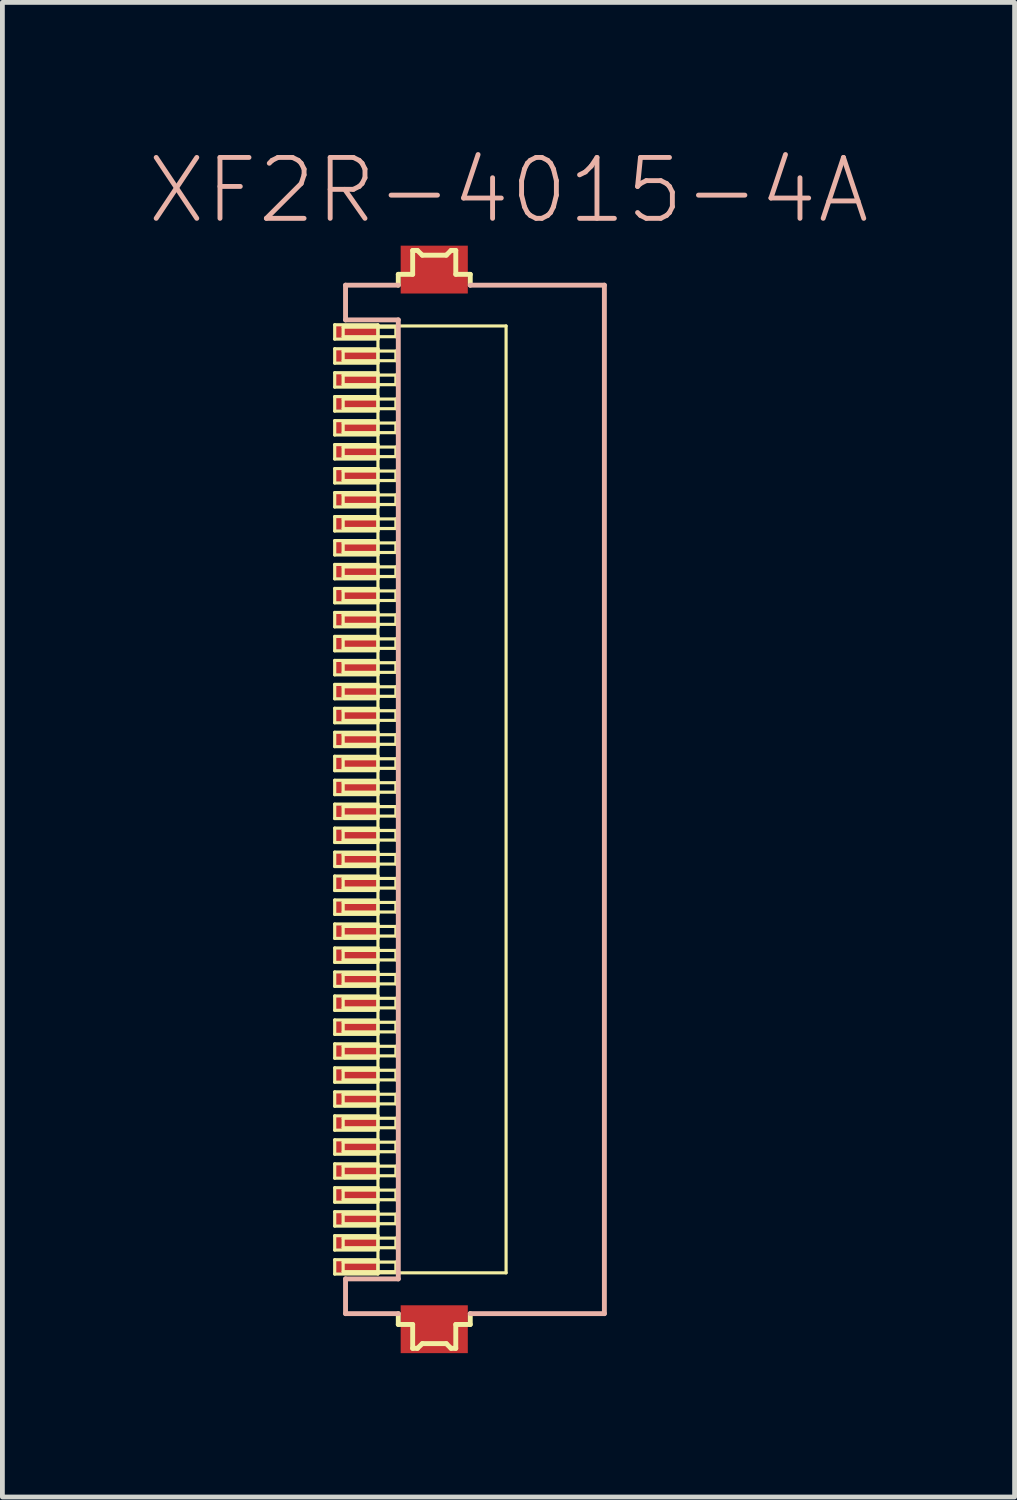
<source format=kicad_pcb>
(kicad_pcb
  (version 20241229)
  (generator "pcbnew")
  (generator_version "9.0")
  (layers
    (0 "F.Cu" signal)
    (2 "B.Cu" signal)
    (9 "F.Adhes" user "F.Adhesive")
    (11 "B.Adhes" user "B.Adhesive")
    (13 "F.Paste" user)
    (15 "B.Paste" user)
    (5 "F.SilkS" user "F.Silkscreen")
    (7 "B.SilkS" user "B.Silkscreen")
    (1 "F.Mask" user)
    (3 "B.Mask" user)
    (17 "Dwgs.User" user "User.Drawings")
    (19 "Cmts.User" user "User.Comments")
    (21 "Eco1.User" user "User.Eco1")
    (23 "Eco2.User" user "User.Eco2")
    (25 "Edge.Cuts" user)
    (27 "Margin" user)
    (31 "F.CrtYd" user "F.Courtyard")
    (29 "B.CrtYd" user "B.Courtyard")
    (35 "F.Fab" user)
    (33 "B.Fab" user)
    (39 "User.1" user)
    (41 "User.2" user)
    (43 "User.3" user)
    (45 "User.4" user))
  (footprint "XF2R-4015-4A"
    (layer "F.Cu")
    (at 6.92 13.621)
    (property "Reference" "XF2R-4015-4A" (at 0.635 -12.7 0) (layer "B.SilkS") (effects (font (size 1.27 1.27) (thickness 0.102))))
    (attr smd)
    (fp_line (start -2.99 -9.898) (end -2.088 -9.898) (stroke (width 0.066) (type solid)) (layer "F.SilkS"))
    (fp_line (start -2.99 -9.599) (end -2.99 -9.898) (stroke (width 0.066) (type solid)) (layer "F.SilkS"))
    (fp_line (start -2.99 -9.599) (end -2.088 -9.599) (stroke (width 0.066) (type solid)) (layer "F.SilkS"))
    (fp_line (start -2.99 -9.398) (end -2.088 -9.398) (stroke (width 0.066) (type solid)) (layer "F.SilkS"))
    (fp_line (start -2.99 -9.098) (end -2.99 -9.398) (stroke (width 0.066) (type solid)) (layer "F.SilkS"))
    (fp_line (start -2.99 -9.098) (end -2.088 -9.098) (stroke (width 0.066) (type solid)) (layer "F.SilkS"))
    (fp_line (start -2.99 -8.898) (end -2.088 -8.898) (stroke (width 0.066) (type solid)) (layer "F.SilkS"))
    (fp_line (start -2.99 -8.598) (end -2.99 -8.898) (stroke (width 0.066) (type solid)) (layer "F.SilkS"))
    (fp_line (start -2.99 -8.598) (end -2.088 -8.598) (stroke (width 0.066) (type solid)) (layer "F.SilkS"))
    (fp_line (start -2.99 -8.4) (end -2.088 -8.4) (stroke (width 0.066) (type solid)) (layer "F.SilkS"))
    (fp_line (start -2.99 -8.098) (end -2.99 -8.4) (stroke (width 0.066) (type solid)) (layer "F.SilkS"))
    (fp_line (start -2.99 -8.098) (end -2.088 -8.098) (stroke (width 0.066) (type solid)) (layer "F.SilkS"))
    (fp_line (start -2.99 -7.899) (end -2.088 -7.899) (stroke (width 0.066) (type solid)) (layer "F.SilkS"))
    (fp_line (start -2.99 -7.6) (end -2.99 -7.899) (stroke (width 0.066) (type solid)) (layer "F.SilkS"))
    (fp_line (start -2.99 -7.6) (end -2.088 -7.6) (stroke (width 0.066) (type solid)) (layer "F.SilkS"))
    (fp_line (start -2.99 -7.399) (end -2.088 -7.399) (stroke (width 0.066) (type solid)) (layer "F.SilkS"))
    (fp_line (start -2.99 -7.099) (end -2.99 -7.399) (stroke (width 0.066) (type solid)) (layer "F.SilkS"))
    (fp_line (start -2.99 -7.099) (end -2.088 -7.099) (stroke (width 0.066) (type solid)) (layer "F.SilkS"))
    (fp_line (start -2.99 -6.899) (end -2.088 -6.899) (stroke (width 0.066) (type solid)) (layer "F.SilkS"))
    (fp_line (start -2.99 -6.599) (end -2.99 -6.899) (stroke (width 0.066) (type solid)) (layer "F.SilkS"))
    (fp_line (start -2.99 -6.599) (end -2.088 -6.599) (stroke (width 0.066) (type solid)) (layer "F.SilkS"))
    (fp_line (start -2.99 -6.398) (end -2.088 -6.398) (stroke (width 0.066) (type solid)) (layer "F.SilkS"))
    (fp_line (start -2.99 -6.099) (end -2.99 -6.398) (stroke (width 0.066) (type solid)) (layer "F.SilkS"))
    (fp_line (start -2.99 -6.099) (end -2.088 -6.099) (stroke (width 0.066) (type solid)) (layer "F.SilkS"))
    (fp_line (start -2.99 -5.898) (end -2.088 -5.898) (stroke (width 0.066) (type solid)) (layer "F.SilkS"))
    (fp_line (start -2.99 -5.598) (end -2.99 -5.898) (stroke (width 0.066) (type solid)) (layer "F.SilkS"))
    (fp_line (start -2.99 -5.598) (end -2.088 -5.598) (stroke (width 0.066) (type solid)) (layer "F.SilkS"))
    (fp_line (start -2.99 -5.397) (end -2.088 -5.397) (stroke (width 0.066) (type solid)) (layer "F.SilkS"))
    (fp_line (start -2.99 -5.098) (end -2.99 -5.397) (stroke (width 0.066) (type solid)) (layer "F.SilkS"))
    (fp_line (start -2.99 -5.098) (end -2.088 -5.098) (stroke (width 0.066) (type solid)) (layer "F.SilkS"))
    (fp_line (start -2.99 -4.9) (end -2.088 -4.9) (stroke (width 0.066) (type solid)) (layer "F.SilkS"))
    (fp_line (start -2.99 -4.6) (end -2.99 -4.9) (stroke (width 0.066) (type solid)) (layer "F.SilkS"))
    (fp_line (start -2.99 -4.6) (end -2.088 -4.6) (stroke (width 0.066) (type solid)) (layer "F.SilkS"))
    (fp_line (start -2.99 -4.399) (end -2.088 -4.399) (stroke (width 0.066) (type solid)) (layer "F.SilkS"))
    (fp_line (start -2.99 -4.1) (end -2.99 -4.399) (stroke (width 0.066) (type solid)) (layer "F.SilkS"))
    (fp_line (start -2.99 -4.1) (end -2.088 -4.1) (stroke (width 0.066) (type solid)) (layer "F.SilkS"))
    (fp_line (start -2.99 -3.899) (end -2.088 -3.899) (stroke (width 0.066) (type solid)) (layer "F.SilkS"))
    (fp_line (start -2.99 -3.599) (end -2.99 -3.899) (stroke (width 0.066) (type solid)) (layer "F.SilkS"))
    (fp_line (start -2.99 -3.599) (end -2.088 -3.599) (stroke (width 0.066) (type solid)) (layer "F.SilkS"))
    (fp_line (start -2.99 -3.399) (end -2.088 -3.399) (stroke (width 0.066) (type solid)) (layer "F.SilkS"))
    (fp_line (start -2.99 -3.099) (end -2.99 -3.399) (stroke (width 0.066) (type solid)) (layer "F.SilkS"))
    (fp_line (start -2.99 -3.099) (end -2.088 -3.099) (stroke (width 0.066) (type solid)) (layer "F.SilkS"))
    (fp_line (start -2.99 -2.898) (end -2.088 -2.898) (stroke (width 0.066) (type solid)) (layer "F.SilkS"))
    (fp_line (start -2.99 -2.598) (end -2.99 -2.898) (stroke (width 0.066) (type solid)) (layer "F.SilkS"))
    (fp_line (start -2.99 -2.598) (end -2.088 -2.598) (stroke (width 0.066) (type solid)) (layer "F.SilkS"))
    (fp_line (start -2.99 -2.398) (end -2.088 -2.398) (stroke (width 0.066) (type solid)) (layer "F.SilkS"))
    (fp_line (start -2.99 -2.098) (end -2.99 -2.398) (stroke (width 0.066) (type solid)) (layer "F.SilkS"))
    (fp_line (start -2.99 -2.098) (end -2.088 -2.098) (stroke (width 0.066) (type solid)) (layer "F.SilkS"))
    (fp_line (start -2.99 -1.9) (end -2.088 -1.9) (stroke (width 0.066) (type solid)) (layer "F.SilkS"))
    (fp_line (start -2.99 -1.598) (end -2.99 -1.9) (stroke (width 0.066) (type solid)) (layer "F.SilkS"))
    (fp_line (start -2.99 -1.598) (end -2.088 -1.598) (stroke (width 0.066) (type solid)) (layer "F.SilkS"))
    (fp_line (start -2.99 -1.4) (end -2.088 -1.4) (stroke (width 0.066) (type solid)) (layer "F.SilkS"))
    (fp_line (start -2.99 -1.1) (end -2.99 -1.4) (stroke (width 0.066) (type solid)) (layer "F.SilkS"))
    (fp_line (start -2.99 -1.1) (end -2.088 -1.1) (stroke (width 0.066) (type solid)) (layer "F.SilkS"))
    (fp_line (start -2.99 -0.899) (end -2.088 -0.899) (stroke (width 0.066) (type solid)) (layer "F.SilkS"))
    (fp_line (start -2.99 -0.599) (end -2.99 -0.899) (stroke (width 0.066) (type solid)) (layer "F.SilkS"))
    (fp_line (start -2.99 -0.599) (end -2.088 -0.599) (stroke (width 0.066) (type solid)) (layer "F.SilkS"))
    (fp_line (start -2.99 -0.399) (end -2.088 -0.399) (stroke (width 0.066) (type solid)) (layer "F.SilkS"))
    (fp_line (start -2.99 -0.099) (end -2.99 -0.399) (stroke (width 0.066) (type solid)) (layer "F.SilkS"))
    (fp_line (start -2.99 -0.099) (end -2.088 -0.099) (stroke (width 0.066) (type solid)) (layer "F.SilkS"))
    (fp_line (start -2.99 0.099) (end -2.088 0.099) (stroke (width 0.066) (type solid)) (layer "F.SilkS"))
    (fp_line (start -2.99 0.399) (end -2.99 0.099) (stroke (width 0.066) (type solid)) (layer "F.SilkS"))
    (fp_line (start -2.99 0.399) (end -2.088 0.399) (stroke (width 0.066) (type solid)) (layer "F.SilkS"))
    (fp_line (start -2.99 0.599) (end -2.088 0.599) (stroke (width 0.066) (type solid)) (layer "F.SilkS"))
    (fp_line (start -2.99 0.899) (end -2.99 0.599) (stroke (width 0.066) (type solid)) (layer "F.SilkS"))
    (fp_line (start -2.99 0.899) (end -2.088 0.899) (stroke (width 0.066) (type solid)) (layer "F.SilkS"))
    (fp_line (start -2.99 1.1) (end -2.088 1.1) (stroke (width 0.066) (type solid)) (layer "F.SilkS"))
    (fp_line (start -2.99 1.4) (end -2.99 1.1) (stroke (width 0.066) (type solid)) (layer "F.SilkS"))
    (fp_line (start -2.99 1.4) (end -2.088 1.4) (stroke (width 0.066) (type solid)) (layer "F.SilkS"))
    (fp_line (start -2.99 1.598) (end -2.088 1.598) (stroke (width 0.066) (type solid)) (layer "F.SilkS"))
    (fp_line (start -2.99 1.9) (end -2.99 1.598) (stroke (width 0.066) (type solid)) (layer "F.SilkS"))
    (fp_line (start -2.99 1.9) (end -2.088 1.9) (stroke (width 0.066) (type solid)) (layer "F.SilkS"))
    (fp_line (start -2.99 2.098) (end -2.088 2.098) (stroke (width 0.066) (type solid)) (layer "F.SilkS"))
    (fp_line (start -2.99 2.398) (end -2.99 2.098) (stroke (width 0.066) (type solid)) (layer "F.SilkS"))
    (fp_line (start -2.99 2.398) (end -2.088 2.398) (stroke (width 0.066) (type solid)) (layer "F.SilkS"))
    (fp_line (start -2.99 2.598) (end -2.088 2.598) (stroke (width 0.066) (type solid)) (layer "F.SilkS"))
    (fp_line (start -2.99 2.898) (end -2.99 2.598) (stroke (width 0.066) (type solid)) (layer "F.SilkS"))
    (fp_line (start -2.99 2.898) (end -2.088 2.898) (stroke (width 0.066) (type solid)) (layer "F.SilkS"))
    (fp_line (start -2.99 3.099) (end -2.088 3.099) (stroke (width 0.066) (type solid)) (layer "F.SilkS"))
    (fp_line (start -2.99 3.399) (end -2.99 3.099) (stroke (width 0.066) (type solid)) (layer "F.SilkS"))
    (fp_line (start -2.99 3.399) (end -2.088 3.399) (stroke (width 0.066) (type solid)) (layer "F.SilkS"))
    (fp_line (start -2.99 3.599) (end -2.088 3.599) (stroke (width 0.066) (type solid)) (layer "F.SilkS"))
    (fp_line (start -2.99 3.899) (end -2.99 3.599) (stroke (width 0.066) (type solid)) (layer "F.SilkS"))
    (fp_line (start -2.99 3.899) (end -2.088 3.899) (stroke (width 0.066) (type solid)) (layer "F.SilkS"))
    (fp_line (start -2.99 4.1) (end -2.088 4.1) (stroke (width 0.066) (type solid)) (layer "F.SilkS"))
    (fp_line (start -2.99 4.399) (end -2.99 4.1) (stroke (width 0.066) (type solid)) (layer "F.SilkS"))
    (fp_line (start -2.99 4.399) (end -2.088 4.399) (stroke (width 0.066) (type solid)) (layer "F.SilkS"))
    (fp_line (start -2.99 4.6) (end -2.088 4.6) (stroke (width 0.066) (type solid)) (layer "F.SilkS"))
    (fp_line (start -2.99 4.9) (end -2.99 4.6) (stroke (width 0.066) (type solid)) (layer "F.SilkS"))
    (fp_line (start -2.99 4.9) (end -2.088 4.9) (stroke (width 0.066) (type solid)) (layer "F.SilkS"))
    (fp_line (start -2.99 5.098) (end -2.088 5.098) (stroke (width 0.066) (type solid)) (layer "F.SilkS"))
    (fp_line (start -2.99 5.397) (end -2.99 5.098) (stroke (width 0.066) (type solid)) (layer "F.SilkS"))
    (fp_line (start -2.99 5.397) (end -2.088 5.397) (stroke (width 0.066) (type solid)) (layer "F.SilkS"))
    (fp_line (start -2.99 5.598) (end -2.088 5.598) (stroke (width 0.066) (type solid)) (layer "F.SilkS"))
    (fp_line (start -2.99 5.898) (end -2.99 5.598) (stroke (width 0.066) (type solid)) (layer "F.SilkS"))
    (fp_line (start -2.99 5.898) (end -2.088 5.898) (stroke (width 0.066) (type solid)) (layer "F.SilkS"))
    (fp_line (start -2.99 6.099) (end -2.088 6.099) (stroke (width 0.066) (type solid)) (layer "F.SilkS"))
    (fp_line (start -2.99 6.398) (end -2.99 6.099) (stroke (width 0.066) (type solid)) (layer "F.SilkS"))
    (fp_line (start -2.99 6.398) (end -2.088 6.398) (stroke (width 0.066) (type solid)) (layer "F.SilkS"))
    (fp_line (start -2.99 6.599) (end -2.088 6.599) (stroke (width 0.066) (type solid)) (layer "F.SilkS"))
    (fp_line (start -2.99 6.899) (end -2.99 6.599) (stroke (width 0.066) (type solid)) (layer "F.SilkS"))
    (fp_line (start -2.99 6.899) (end -2.088 6.899) (stroke (width 0.066) (type solid)) (layer "F.SilkS"))
    (fp_line (start -2.99 7.099) (end -2.088 7.099) (stroke (width 0.066) (type solid)) (layer "F.SilkS"))
    (fp_line (start -2.99 7.399) (end -2.99 7.099) (stroke (width 0.066) (type solid)) (layer "F.SilkS"))
    (fp_line (start -2.99 7.399) (end -2.088 7.399) (stroke (width 0.066) (type solid)) (layer "F.SilkS"))
    (fp_line (start -2.99 7.6) (end -2.088 7.6) (stroke (width 0.066) (type solid)) (layer "F.SilkS"))
    (fp_line (start -2.99 7.899) (end -2.99 7.6) (stroke (width 0.066) (type solid)) (layer "F.SilkS"))
    (fp_line (start -2.99 7.899) (end -2.088 7.899) (stroke (width 0.066) (type solid)) (layer "F.SilkS"))
    (fp_line (start -2.99 8.098) (end -2.088 8.098) (stroke (width 0.066) (type solid)) (layer "F.SilkS"))
    (fp_line (start -2.99 8.4) (end -2.99 8.098) (stroke (width 0.066) (type solid)) (layer "F.SilkS"))
    (fp_line (start -2.99 8.4) (end -2.088 8.4) (stroke (width 0.066) (type solid)) (layer "F.SilkS"))
    (fp_line (start -2.99 8.598) (end -2.088 8.598) (stroke (width 0.066) (type solid)) (layer "F.SilkS"))
    (fp_line (start -2.99 8.898) (end -2.99 8.598) (stroke (width 0.066) (type solid)) (layer "F.SilkS"))
    (fp_line (start -2.99 8.898) (end -2.088 8.898) (stroke (width 0.066) (type solid)) (layer "F.SilkS"))
    (fp_line (start -2.99 9.098) (end -2.088 9.098) (stroke (width 0.066) (type solid)) (layer "F.SilkS"))
    (fp_line (start -2.99 9.398) (end -2.99 9.098) (stroke (width 0.066) (type solid)) (layer "F.SilkS"))
    (fp_line (start -2.99 9.398) (end -2.088 9.398) (stroke (width 0.066) (type solid)) (layer "F.SilkS"))
    (fp_line (start -2.99 9.599) (end -2.088 9.599) (stroke (width 0.066) (type solid)) (layer "F.SilkS"))
    (fp_line (start -2.99 9.898) (end -2.99 9.599) (stroke (width 0.066) (type solid)) (layer "F.SilkS"))
    (fp_line (start -2.99 9.898) (end -2.088 9.898) (stroke (width 0.066) (type solid)) (layer "F.SilkS"))
    (fp_line (start -2.814 -9.848) (end -1.714 -9.848) (stroke (width 0.066) (type solid)) (layer "F.SilkS"))
    (fp_line (start -2.814 -9.649) (end -2.814 -9.848) (stroke (width 0.066) (type solid)) (layer "F.SilkS"))
    (fp_line (start -2.814 -9.649) (end -1.714 -9.649) (stroke (width 0.066) (type solid)) (layer "F.SilkS"))
    (fp_line (start -2.814 -9.35) (end -1.714 -9.35) (stroke (width 0.066) (type solid)) (layer "F.SilkS"))
    (fp_line (start -2.814 -9.149) (end -2.814 -9.35) (stroke (width 0.066) (type solid)) (layer "F.SilkS"))
    (fp_line (start -2.814 -9.149) (end -1.714 -9.149) (stroke (width 0.066) (type solid)) (layer "F.SilkS"))
    (fp_line (start -2.814 -8.849) (end -1.714 -8.849) (stroke (width 0.066) (type solid)) (layer "F.SilkS"))
    (fp_line (start -2.814 -8.649) (end -2.814 -8.849) (stroke (width 0.066) (type solid)) (layer "F.SilkS"))
    (fp_line (start -2.814 -8.649) (end -1.714 -8.649) (stroke (width 0.066) (type solid)) (layer "F.SilkS"))
    (fp_line (start -2.814 -8.349) (end -1.714 -8.349) (stroke (width 0.066) (type solid)) (layer "F.SilkS"))
    (fp_line (start -2.814 -8.148) (end -2.814 -8.349) (stroke (width 0.066) (type solid)) (layer "F.SilkS"))
    (fp_line (start -2.814 -8.148) (end -1.714 -8.148) (stroke (width 0.066) (type solid)) (layer "F.SilkS"))
    (fp_line (start -2.814 -7.849) (end -1.714 -7.849) (stroke (width 0.066) (type solid)) (layer "F.SilkS"))
    (fp_line (start -2.814 -7.648) (end -2.814 -7.849) (stroke (width 0.066) (type solid)) (layer "F.SilkS"))
    (fp_line (start -2.814 -7.648) (end -1.714 -7.648) (stroke (width 0.066) (type solid)) (layer "F.SilkS"))
    (fp_line (start -2.814 -7.348) (end -1.714 -7.348) (stroke (width 0.066) (type solid)) (layer "F.SilkS"))
    (fp_line (start -2.814 -7.148) (end -2.814 -7.348) (stroke (width 0.066) (type solid)) (layer "F.SilkS"))
    (fp_line (start -2.814 -7.148) (end -1.714 -7.148) (stroke (width 0.066) (type solid)) (layer "F.SilkS"))
    (fp_line (start -2.814 -6.848) (end -1.714 -6.848) (stroke (width 0.066) (type solid)) (layer "F.SilkS"))
    (fp_line (start -2.814 -6.65) (end -2.814 -6.848) (stroke (width 0.066) (type solid)) (layer "F.SilkS"))
    (fp_line (start -2.814 -6.65) (end -1.714 -6.65) (stroke (width 0.066) (type solid)) (layer "F.SilkS"))
    (fp_line (start -2.814 -6.35) (end -1.714 -6.35) (stroke (width 0.066) (type solid)) (layer "F.SilkS"))
    (fp_line (start -2.814 -6.149) (end -2.814 -6.35) (stroke (width 0.066) (type solid)) (layer "F.SilkS"))
    (fp_line (start -2.814 -6.149) (end -1.714 -6.149) (stroke (width 0.066) (type solid)) (layer "F.SilkS"))
    (fp_line (start -2.814 -5.85) (end -1.714 -5.85) (stroke (width 0.066) (type solid)) (layer "F.SilkS"))
    (fp_line (start -2.814 -5.649) (end -2.814 -5.85) (stroke (width 0.066) (type solid)) (layer "F.SilkS"))
    (fp_line (start -2.814 -5.649) (end -1.714 -5.649) (stroke (width 0.066) (type solid)) (layer "F.SilkS"))
    (fp_line (start -2.814 -5.349) (end -1.714 -5.349) (stroke (width 0.066) (type solid)) (layer "F.SilkS"))
    (fp_line (start -2.814 -5.149) (end -2.814 -5.349) (stroke (width 0.066) (type solid)) (layer "F.SilkS"))
    (fp_line (start -2.814 -5.149) (end -1.714 -5.149) (stroke (width 0.066) (type solid)) (layer "F.SilkS"))
    (fp_line (start -2.814 -4.849) (end -1.714 -4.849) (stroke (width 0.066) (type solid)) (layer "F.SilkS"))
    (fp_line (start -2.814 -4.648) (end -2.814 -4.849) (stroke (width 0.066) (type solid)) (layer "F.SilkS"))
    (fp_line (start -2.814 -4.648) (end -1.714 -4.648) (stroke (width 0.066) (type solid)) (layer "F.SilkS"))
    (fp_line (start -2.814 -4.348) (end -1.714 -4.348) (stroke (width 0.066) (type solid)) (layer "F.SilkS"))
    (fp_line (start -2.814 -4.148) (end -2.814 -4.348) (stroke (width 0.066) (type solid)) (layer "F.SilkS"))
    (fp_line (start -2.814 -4.148) (end -1.714 -4.148) (stroke (width 0.066) (type solid)) (layer "F.SilkS"))
    (fp_line (start -2.814 -3.848) (end -1.714 -3.848) (stroke (width 0.066) (type solid)) (layer "F.SilkS"))
    (fp_line (start -2.814 -3.65) (end -2.814 -3.848) (stroke (width 0.066) (type solid)) (layer "F.SilkS"))
    (fp_line (start -2.814 -3.65) (end -1.714 -3.65) (stroke (width 0.066) (type solid)) (layer "F.SilkS"))
    (fp_line (start -2.814 -3.348) (end -1.714 -3.348) (stroke (width 0.066) (type solid)) (layer "F.SilkS"))
    (fp_line (start -2.814 -3.15) (end -2.814 -3.348) (stroke (width 0.066) (type solid)) (layer "F.SilkS"))
    (fp_line (start -2.814 -3.15) (end -1.714 -3.15) (stroke (width 0.066) (type solid)) (layer "F.SilkS"))
    (fp_line (start -2.814 -2.85) (end -1.714 -2.85) (stroke (width 0.066) (type solid)) (layer "F.SilkS"))
    (fp_line (start -2.814 -2.649) (end -2.814 -2.85) (stroke (width 0.066) (type solid)) (layer "F.SilkS"))
    (fp_line (start -2.814 -2.649) (end -1.714 -2.649) (stroke (width 0.066) (type solid)) (layer "F.SilkS"))
    (fp_line (start -2.814 -2.349) (end -1.714 -2.349) (stroke (width 0.066) (type solid)) (layer "F.SilkS"))
    (fp_line (start -2.814 -2.149) (end -2.814 -2.349) (stroke (width 0.066) (type solid)) (layer "F.SilkS"))
    (fp_line (start -2.814 -2.149) (end -1.714 -2.149) (stroke (width 0.066) (type solid)) (layer "F.SilkS"))
    (fp_line (start -2.814 -1.849) (end -1.714 -1.849) (stroke (width 0.066) (type solid)) (layer "F.SilkS"))
    (fp_line (start -2.814 -1.648) (end -2.814 -1.849) (stroke (width 0.066) (type solid)) (layer "F.SilkS"))
    (fp_line (start -2.814 -1.648) (end -1.714 -1.648) (stroke (width 0.066) (type solid)) (layer "F.SilkS"))
    (fp_line (start -2.814 -1.349) (end -1.714 -1.349) (stroke (width 0.066) (type solid)) (layer "F.SilkS"))
    (fp_line (start -2.814 -1.148) (end -2.814 -1.349) (stroke (width 0.066) (type solid)) (layer "F.SilkS"))
    (fp_line (start -2.814 -1.148) (end -1.714 -1.148) (stroke (width 0.066) (type solid)) (layer "F.SilkS"))
    (fp_line (start -2.814 -0.848) (end -1.714 -0.848) (stroke (width 0.066) (type solid)) (layer "F.SilkS"))
    (fp_line (start -2.814 -0.648) (end -2.814 -0.848) (stroke (width 0.066) (type solid)) (layer "F.SilkS"))
    (fp_line (start -2.814 -0.648) (end -1.714 -0.648) (stroke (width 0.066) (type solid)) (layer "F.SilkS"))
    (fp_line (start -2.814 -0.348) (end -1.714 -0.348) (stroke (width 0.066) (type solid)) (layer "F.SilkS"))
    (fp_line (start -2.814 -0.15) (end -2.814 -0.348) (stroke (width 0.066) (type solid)) (layer "F.SilkS"))
    (fp_line (start -2.814 -0.15) (end -1.714 -0.15) (stroke (width 0.066) (type solid)) (layer "F.SilkS"))
    (fp_line (start -2.814 0.15) (end -1.714 0.15) (stroke (width 0.066) (type solid)) (layer "F.SilkS"))
    (fp_line (start -2.814 0.348) (end -2.814 0.15) (stroke (width 0.066) (type solid)) (layer "F.SilkS"))
    (fp_line (start -2.814 0.348) (end -1.714 0.348) (stroke (width 0.066) (type solid)) (layer "F.SilkS"))
    (fp_line (start -2.814 0.648) (end -1.714 0.648) (stroke (width 0.066) (type solid)) (layer "F.SilkS"))
    (fp_line (start -2.814 0.848) (end -2.814 0.648) (stroke (width 0.066) (type solid)) (layer "F.SilkS"))
    (fp_line (start -2.814 0.848) (end -1.714 0.848) (stroke (width 0.066) (type solid)) (layer "F.SilkS"))
    (fp_line (start -2.814 1.148) (end -1.714 1.148) (stroke (width 0.066) (type solid)) (layer "F.SilkS"))
    (fp_line (start -2.814 1.349) (end -2.814 1.148) (stroke (width 0.066) (type solid)) (layer "F.SilkS"))
    (fp_line (start -2.814 1.349) (end -1.714 1.349) (stroke (width 0.066) (type solid)) (layer "F.SilkS"))
    (fp_line (start -2.814 1.648) (end -1.714 1.648) (stroke (width 0.066) (type solid)) (layer "F.SilkS"))
    (fp_line (start -2.814 1.849) (end -2.814 1.648) (stroke (width 0.066) (type solid)) (layer "F.SilkS"))
    (fp_line (start -2.814 1.849) (end -1.714 1.849) (stroke (width 0.066) (type solid)) (layer "F.SilkS"))
    (fp_line (start -2.814 2.149) (end -1.714 2.149) (stroke (width 0.066) (type solid)) (layer "F.SilkS"))
    (fp_line (start -2.814 2.349) (end -2.814 2.149) (stroke (width 0.066) (type solid)) (layer "F.SilkS"))
    (fp_line (start -2.814 2.349) (end -1.714 2.349) (stroke (width 0.066) (type solid)) (layer "F.SilkS"))
    (fp_line (start -2.814 2.649) (end -1.714 2.649) (stroke (width 0.066) (type solid)) (layer "F.SilkS"))
    (fp_line (start -2.814 2.85) (end -2.814 2.649) (stroke (width 0.066) (type solid)) (layer "F.SilkS"))
    (fp_line (start -2.814 2.85) (end -1.714 2.85) (stroke (width 0.066) (type solid)) (layer "F.SilkS"))
    (fp_line (start -2.814 3.15) (end -1.714 3.15) (stroke (width 0.066) (type solid)) (layer "F.SilkS"))
    (fp_line (start -2.814 3.348) (end -2.814 3.15) (stroke (width 0.066) (type solid)) (layer "F.SilkS"))
    (fp_line (start -2.814 3.348) (end -1.714 3.348) (stroke (width 0.066) (type solid)) (layer "F.SilkS"))
    (fp_line (start -2.814 3.65) (end -1.714 3.65) (stroke (width 0.066) (type solid)) (layer "F.SilkS"))
    (fp_line (start -2.814 3.848) (end -2.814 3.65) (stroke (width 0.066) (type solid)) (layer "F.SilkS"))
    (fp_line (start -2.814 3.848) (end -1.714 3.848) (stroke (width 0.066) (type solid)) (layer "F.SilkS"))
    (fp_line (start -2.814 4.148) (end -1.714 4.148) (stroke (width 0.066) (type solid)) (layer "F.SilkS"))
    (fp_line (start -2.814 4.348) (end -2.814 4.148) (stroke (width 0.066) (type solid)) (layer "F.SilkS"))
    (fp_line (start -2.814 4.348) (end -1.714 4.348) (stroke (width 0.066) (type solid)) (layer "F.SilkS"))
    (fp_line (start -2.814 4.648) (end -1.714 4.648) (stroke (width 0.066) (type solid)) (layer "F.SilkS"))
    (fp_line (start -2.814 4.849) (end -2.814 4.648) (stroke (width 0.066) (type solid)) (layer "F.SilkS"))
    (fp_line (start -2.814 4.849) (end -1.714 4.849) (stroke (width 0.066) (type solid)) (layer "F.SilkS"))
    (fp_line (start -2.814 5.149) (end -1.714 5.149) (stroke (width 0.066) (type solid)) (layer "F.SilkS"))
    (fp_line (start -2.814 5.349) (end -2.814 5.149) (stroke (width 0.066) (type solid)) (layer "F.SilkS"))
    (fp_line (start -2.814 5.349) (end -1.714 5.349) (stroke (width 0.066) (type solid)) (layer "F.SilkS"))
    (fp_line (start -2.814 5.649) (end -1.714 5.649) (stroke (width 0.066) (type solid)) (layer "F.SilkS"))
    (fp_line (start -2.814 5.85) (end -2.814 5.649) (stroke (width 0.066) (type solid)) (layer "F.SilkS"))
    (fp_line (start -2.814 5.85) (end -1.714 5.85) (stroke (width 0.066) (type solid)) (layer "F.SilkS"))
    (fp_line (start -2.814 6.149) (end -1.714 6.149) (stroke (width 0.066) (type solid)) (layer "F.SilkS"))
    (fp_line (start -2.814 6.35) (end -2.814 6.149) (stroke (width 0.066) (type solid)) (layer "F.SilkS"))
    (fp_line (start -2.814 6.35) (end -1.714 6.35) (stroke (width 0.066) (type solid)) (layer "F.SilkS"))
    (fp_line (start -2.814 6.65) (end -1.714 6.65) (stroke (width 0.066) (type solid)) (layer "F.SilkS"))
    (fp_line (start -2.814 6.848) (end -2.814 6.65) (stroke (width 0.066) (type solid)) (layer "F.SilkS"))
    (fp_line (start -2.814 6.848) (end -1.714 6.848) (stroke (width 0.066) (type solid)) (layer "F.SilkS"))
    (fp_line (start -2.814 7.148) (end -1.714 7.148) (stroke (width 0.066) (type solid)) (layer "F.SilkS"))
    (fp_line (start -2.814 7.348) (end -2.814 7.148) (stroke (width 0.066) (type solid)) (layer "F.SilkS"))
    (fp_line (start -2.814 7.348) (end -1.714 7.348) (stroke (width 0.066) (type solid)) (layer "F.SilkS"))
    (fp_line (start -2.814 7.648) (end -1.714 7.648) (stroke (width 0.066) (type solid)) (layer "F.SilkS"))
    (fp_line (start -2.814 7.849) (end -2.814 7.648) (stroke (width 0.066) (type solid)) (layer "F.SilkS"))
    (fp_line (start -2.814 7.849) (end -1.714 7.849) (stroke (width 0.066) (type solid)) (layer "F.SilkS"))
    (fp_line (start -2.814 8.148) (end -1.714 8.148) (stroke (width 0.066) (type solid)) (layer "F.SilkS"))
    (fp_line (start -2.814 8.349) (end -2.814 8.148) (stroke (width 0.066) (type solid)) (layer "F.SilkS"))
    (fp_line (start -2.814 8.349) (end -1.714 8.349) (stroke (width 0.066) (type solid)) (layer "F.SilkS"))
    (fp_line (start -2.814 8.649) (end -1.714 8.649) (stroke (width 0.066) (type solid)) (layer "F.SilkS"))
    (fp_line (start -2.814 8.849) (end -2.814 8.649) (stroke (width 0.066) (type solid)) (layer "F.SilkS"))
    (fp_line (start -2.814 8.849) (end -1.714 8.849) (stroke (width 0.066) (type solid)) (layer "F.SilkS"))
    (fp_line (start -2.814 9.149) (end -1.714 9.149) (stroke (width 0.066) (type solid)) (layer "F.SilkS"))
    (fp_line (start -2.814 9.35) (end -2.814 9.149) (stroke (width 0.066) (type solid)) (layer "F.SilkS"))
    (fp_line (start -2.814 9.35) (end -1.714 9.35) (stroke (width 0.066) (type solid)) (layer "F.SilkS"))
    (fp_line (start -2.814 9.649) (end -1.714 9.649) (stroke (width 0.066) (type solid)) (layer "F.SilkS"))
    (fp_line (start -2.814 9.848) (end -2.814 9.649) (stroke (width 0.066) (type solid)) (layer "F.SilkS"))
    (fp_line (start -2.814 9.848) (end -1.714 9.848) (stroke (width 0.066) (type solid)) (layer "F.SilkS"))
    (fp_line (start -2.088 -9.873) (end 0.584 -9.873) (stroke (width 0.066) (type solid)) (layer "F.SilkS"))
    (fp_line (start -2.088 -9.599) (end -2.088 -9.898) (stroke (width 0.066) (type solid)) (layer "F.SilkS"))
    (fp_line (start -2.088 -9.098) (end -2.088 -9.398) (stroke (width 0.066) (type solid)) (layer "F.SilkS"))
    (fp_line (start -2.088 -8.598) (end -2.088 -8.898) (stroke (width 0.066) (type solid)) (layer "F.SilkS"))
    (fp_line (start -2.088 -8.098) (end -2.088 -8.4) (stroke (width 0.066) (type solid)) (layer "F.SilkS"))
    (fp_line (start -2.088 -7.6) (end -2.088 -7.899) (stroke (width 0.066) (type solid)) (layer "F.SilkS"))
    (fp_line (start -2.088 -7.099) (end -2.088 -7.399) (stroke (width 0.066) (type solid)) (layer "F.SilkS"))
    (fp_line (start -2.088 -6.599) (end -2.088 -6.899) (stroke (width 0.066) (type solid)) (layer "F.SilkS"))
    (fp_line (start -2.088 -6.099) (end -2.088 -6.398) (stroke (width 0.066) (type solid)) (layer "F.SilkS"))
    (fp_line (start -2.088 -5.598) (end -2.088 -5.898) (stroke (width 0.066) (type solid)) (layer "F.SilkS"))
    (fp_line (start -2.088 -5.098) (end -2.088 -5.397) (stroke (width 0.066) (type solid)) (layer "F.SilkS"))
    (fp_line (start -2.088 -4.6) (end -2.088 -4.9) (stroke (width 0.066) (type solid)) (layer "F.SilkS"))
    (fp_line (start -2.088 -4.1) (end -2.088 -4.399) (stroke (width 0.066) (type solid)) (layer "F.SilkS"))
    (fp_line (start -2.088 -3.599) (end -2.088 -3.899) (stroke (width 0.066) (type solid)) (layer "F.SilkS"))
    (fp_line (start -2.088 -3.099) (end -2.088 -3.399) (stroke (width 0.066) (type solid)) (layer "F.SilkS"))
    (fp_line (start -2.088 -2.598) (end -2.088 -2.898) (stroke (width 0.066) (type solid)) (layer "F.SilkS"))
    (fp_line (start -2.088 -2.098) (end -2.088 -2.398) (stroke (width 0.066) (type solid)) (layer "F.SilkS"))
    (fp_line (start -2.088 -1.598) (end -2.088 -1.9) (stroke (width 0.066) (type solid)) (layer "F.SilkS"))
    (fp_line (start -2.088 -1.1) (end -2.088 -1.4) (stroke (width 0.066) (type solid)) (layer "F.SilkS"))
    (fp_line (start -2.088 -0.599) (end -2.088 -0.899) (stroke (width 0.066) (type solid)) (layer "F.SilkS"))
    (fp_line (start -2.088 -0.099) (end -2.088 -0.399) (stroke (width 0.066) (type solid)) (layer "F.SilkS"))
    (fp_line (start -2.088 0.399) (end -2.088 0.099) (stroke (width 0.066) (type solid)) (layer "F.SilkS"))
    (fp_line (start -2.088 0.899) (end -2.088 0.599) (stroke (width 0.066) (type solid)) (layer "F.SilkS"))
    (fp_line (start -2.088 1.4) (end -2.088 1.1) (stroke (width 0.066) (type solid)) (layer "F.SilkS"))
    (fp_line (start -2.088 1.9) (end -2.088 1.598) (stroke (width 0.066) (type solid)) (layer "F.SilkS"))
    (fp_line (start -2.088 2.398) (end -2.088 2.098) (stroke (width 0.066) (type solid)) (layer "F.SilkS"))
    (fp_line (start -2.088 2.898) (end -2.088 2.598) (stroke (width 0.066) (type solid)) (layer "F.SilkS"))
    (fp_line (start -2.088 3.399) (end -2.088 3.099) (stroke (width 0.066) (type solid)) (layer "F.SilkS"))
    (fp_line (start -2.088 3.899) (end -2.088 3.599) (stroke (width 0.066) (type solid)) (layer "F.SilkS"))
    (fp_line (start -2.088 4.399) (end -2.088 4.1) (stroke (width 0.066) (type solid)) (layer "F.SilkS"))
    (fp_line (start -2.088 4.9) (end -2.088 4.6) (stroke (width 0.066) (type solid)) (layer "F.SilkS"))
    (fp_line (start -2.088 5.397) (end -2.088 5.098) (stroke (width 0.066) (type solid)) (layer "F.SilkS"))
    (fp_line (start -2.088 5.898) (end -2.088 5.598) (stroke (width 0.066) (type solid)) (layer "F.SilkS"))
    (fp_line (start -2.088 6.398) (end -2.088 6.099) (stroke (width 0.066) (type solid)) (layer "F.SilkS"))
    (fp_line (start -2.088 6.899) (end -2.088 6.599) (stroke (width 0.066) (type solid)) (layer "F.SilkS"))
    (fp_line (start -2.088 7.399) (end -2.088 7.099) (stroke (width 0.066) (type solid)) (layer "F.SilkS"))
    (fp_line (start -2.088 7.899) (end -2.088 7.6) (stroke (width 0.066) (type solid)) (layer "F.SilkS"))
    (fp_line (start -2.088 8.4) (end -2.088 8.098) (stroke (width 0.066) (type solid)) (layer "F.SilkS"))
    (fp_line (start -2.088 8.898) (end -2.088 8.598) (stroke (width 0.066) (type solid)) (layer "F.SilkS"))
    (fp_line (start -2.088 9.398) (end -2.088 9.098) (stroke (width 0.066) (type solid)) (layer "F.SilkS"))
    (fp_line (start -2.088 9.873) (end -2.088 -9.873) (stroke (width 0.066) (type solid)) (layer "F.SilkS"))
    (fp_line (start -2.088 9.873) (end 0.584 9.873) (stroke (width 0.066) (type solid)) (layer "F.SilkS"))
    (fp_line (start -2.088 9.898) (end -2.088 9.599) (stroke (width 0.066) (type solid)) (layer "F.SilkS"))
    (fp_line (start -1.714 -9.649) (end -1.714 -9.848) (stroke (width 0.066) (type solid)) (layer "F.SilkS"))
    (fp_line (start -1.714 -9.149) (end -1.714 -9.35) (stroke (width 0.066) (type solid)) (layer "F.SilkS"))
    (fp_line (start -1.714 -8.649) (end -1.714 -8.849) (stroke (width 0.066) (type solid)) (layer "F.SilkS"))
    (fp_line (start -1.714 -8.148) (end -1.714 -8.349) (stroke (width 0.066) (type solid)) (layer "F.SilkS"))
    (fp_line (start -1.714 -7.648) (end -1.714 -7.849) (stroke (width 0.066) (type solid)) (layer "F.SilkS"))
    (fp_line (start -1.714 -7.148) (end -1.714 -7.348) (stroke (width 0.066) (type solid)) (layer "F.SilkS"))
    (fp_line (start -1.714 -6.65) (end -1.714 -6.848) (stroke (width 0.066) (type solid)) (layer "F.SilkS"))
    (fp_line (start -1.714 -6.149) (end -1.714 -6.35) (stroke (width 0.066) (type solid)) (layer "F.SilkS"))
    (fp_line (start -1.714 -5.649) (end -1.714 -5.85) (stroke (width 0.066) (type solid)) (layer "F.SilkS"))
    (fp_line (start -1.714 -5.149) (end -1.714 -5.349) (stroke (width 0.066) (type solid)) (layer "F.SilkS"))
    (fp_line (start -1.714 -4.648) (end -1.714 -4.849) (stroke (width 0.066) (type solid)) (layer "F.SilkS"))
    (fp_line (start -1.714 -4.148) (end -1.714 -4.348) (stroke (width 0.066) (type solid)) (layer "F.SilkS"))
    (fp_line (start -1.714 -3.65) (end -1.714 -3.848) (stroke (width 0.066) (type solid)) (layer "F.SilkS"))
    (fp_line (start -1.714 -3.15) (end -1.714 -3.348) (stroke (width 0.066) (type solid)) (layer "F.SilkS"))
    (fp_line (start -1.714 -2.649) (end -1.714 -2.85) (stroke (width 0.066) (type solid)) (layer "F.SilkS"))
    (fp_line (start -1.714 -2.149) (end -1.714 -2.349) (stroke (width 0.066) (type solid)) (layer "F.SilkS"))
    (fp_line (start -1.714 -1.648) (end -1.714 -1.849) (stroke (width 0.066) (type solid)) (layer "F.SilkS"))
    (fp_line (start -1.714 -1.148) (end -1.714 -1.349) (stroke (width 0.066) (type solid)) (layer "F.SilkS"))
    (fp_line (start -1.714 -0.648) (end -1.714 -0.848) (stroke (width 0.066) (type solid)) (layer "F.SilkS"))
    (fp_line (start -1.714 -0.15) (end -1.714 -0.348) (stroke (width 0.066) (type solid)) (layer "F.SilkS"))
    (fp_line (start -1.714 0.348) (end -1.714 0.15) (stroke (width 0.066) (type solid)) (layer "F.SilkS"))
    (fp_line (start -1.714 0.848) (end -1.714 0.648) (stroke (width 0.066) (type solid)) (layer "F.SilkS"))
    (fp_line (start -1.714 1.349) (end -1.714 1.148) (stroke (width 0.066) (type solid)) (layer "F.SilkS"))
    (fp_line (start -1.714 1.849) (end -1.714 1.648) (stroke (width 0.066) (type solid)) (layer "F.SilkS"))
    (fp_line (start -1.714 2.349) (end -1.714 2.149) (stroke (width 0.066) (type solid)) (layer "F.SilkS"))
    (fp_line (start -1.714 2.85) (end -1.714 2.649) (stroke (width 0.066) (type solid)) (layer "F.SilkS"))
    (fp_line (start -1.714 3.348) (end -1.714 3.15) (stroke (width 0.066) (type solid)) (layer "F.SilkS"))
    (fp_line (start -1.714 3.848) (end -1.714 3.65) (stroke (width 0.066) (type solid)) (layer "F.SilkS"))
    (fp_line (start -1.714 4.348) (end -1.714 4.148) (stroke (width 0.066) (type solid)) (layer "F.SilkS"))
    (fp_line (start -1.714 4.849) (end -1.714 4.648) (stroke (width 0.066) (type solid)) (layer "F.SilkS"))
    (fp_line (start -1.714 5.349) (end -1.714 5.149) (stroke (width 0.066) (type solid)) (layer "F.SilkS"))
    (fp_line (start -1.714 5.85) (end -1.714 5.649) (stroke (width 0.066) (type solid)) (layer "F.SilkS"))
    (fp_line (start -1.714 6.35) (end -1.714 6.149) (stroke (width 0.066) (type solid)) (layer "F.SilkS"))
    (fp_line (start -1.714 6.848) (end -1.714 6.65) (stroke (width 0.066) (type solid)) (layer "F.SilkS"))
    (fp_line (start -1.714 7.348) (end -1.714 7.148) (stroke (width 0.066) (type solid)) (layer "F.SilkS"))
    (fp_line (start -1.714 7.849) (end -1.714 7.648) (stroke (width 0.066) (type solid)) (layer "F.SilkS"))
    (fp_line (start -1.714 8.349) (end -1.714 8.148) (stroke (width 0.066) (type solid)) (layer "F.SilkS"))
    (fp_line (start -1.714 8.849) (end -1.714 8.649) (stroke (width 0.066) (type solid)) (layer "F.SilkS"))
    (fp_line (start -1.714 9.35) (end -1.714 9.149) (stroke (width 0.066) (type solid)) (layer "F.SilkS"))
    (fp_line (start -1.714 9.848) (end -1.714 9.649) (stroke (width 0.066) (type solid)) (layer "F.SilkS"))
    (fp_line (start -1.664 -10.95) (end -1.664 -10.724) (stroke (width 0.102) (type solid)) (layer "F.SilkS"))
    (fp_line (start -1.664 10.724) (end -1.664 10.95) (stroke (width 0.102) (type solid)) (layer "F.SilkS"))
    (fp_line (start -1.664 10.95) (end -1.364 10.95) (stroke (width 0.102) (type solid)) (layer "F.SilkS"))
    (fp_line (start -1.364 -11.448) (end -1.364 -10.95) (stroke (width 0.102) (type solid)) (layer "F.SilkS"))
    (fp_line (start -1.364 -10.95) (end -1.664 -10.95) (stroke (width 0.102) (type solid)) (layer "F.SilkS"))
    (fp_line (start -1.364 10.95) (end -1.364 11.448) (stroke (width 0.102) (type solid)) (layer "F.SilkS"))
    (fp_line (start -1.364 11.448) (end -1.265 11.448) (stroke (width 0.102) (type solid)) (layer "F.SilkS"))
    (fp_line (start -1.265 -11.448) (end -1.364 -11.448) (stroke (width 0.102) (type solid)) (layer "F.SilkS"))
    (fp_line (start -1.265 11.448) (end -1.163 11.349) (stroke (width 0.102) (type solid)) (layer "F.SilkS"))
    (fp_line (start -1.163 -11.349) (end -1.265 -11.448) (stroke (width 0.102) (type solid)) (layer "F.SilkS"))
    (fp_line (start -1.163 11.349) (end -0.663 11.349) (stroke (width 0.102) (type solid)) (layer "F.SilkS"))
    (fp_line (start -0.663 -11.349) (end -1.163 -11.349) (stroke (width 0.102) (type solid)) (layer "F.SilkS"))
    (fp_line (start -0.663 11.349) (end -0.564 11.448) (stroke (width 0.102) (type solid)) (layer "F.SilkS"))
    (fp_line (start -0.564 -11.448) (end -0.663 -11.349) (stroke (width 0.102) (type solid)) (layer "F.SilkS"))
    (fp_line (start -0.564 11.448) (end -0.465 11.448) (stroke (width 0.102) (type solid)) (layer "F.SilkS"))
    (fp_line (start -0.465 -11.448) (end -0.564 -11.448) (stroke (width 0.102) (type solid)) (layer "F.SilkS"))
    (fp_line (start -0.465 -10.95) (end -0.465 -11.448) (stroke (width 0.102) (type solid)) (layer "F.SilkS"))
    (fp_line (start -0.465 10.95) (end -0.163 10.95) (stroke (width 0.102) (type solid)) (layer "F.SilkS"))
    (fp_line (start -0.465 11.448) (end -0.465 10.95) (stroke (width 0.102) (type solid)) (layer "F.SilkS"))
    (fp_line (start -0.163 -10.95) (end -0.465 -10.95) (stroke (width 0.102) (type solid)) (layer "F.SilkS"))
    (fp_line (start -0.163 -10.724) (end -0.163 -10.95) (stroke (width 0.102) (type solid)) (layer "F.SilkS"))
    (fp_line (start -0.163 10.95) (end -0.163 10.724) (stroke (width 0.102) (type solid)) (layer "F.SilkS"))
    (fp_line (start 0.584 9.873) (end 0.584 -9.873) (stroke (width 0.066) (type solid)) (layer "F.SilkS"))
    (fp_line (start -2.764 -10.724) (end -2.764 -10) (stroke (width 0.102) (type solid)) (layer "B.SilkS"))
    (fp_line (start -2.764 -10.724) (end -1.664 -10.724) (stroke (width 0.102) (type solid)) (layer "B.SilkS"))
    (fp_line (start -2.764 -10) (end -1.664 -10) (stroke (width 0.102) (type solid)) (layer "B.SilkS"))
    (fp_line (start -2.764 10) (end -2.764 10.724) (stroke (width 0.102) (type solid)) (layer "B.SilkS"))
    (fp_line (start -2.764 10.724) (end -1.664 10.724) (stroke (width 0.102) (type solid)) (layer "B.SilkS"))
    (fp_line (start -1.664 -10) (end -1.664 10) (stroke (width 0.102) (type solid)) (layer "B.SilkS"))
    (fp_line (start -1.664 10) (end -2.764 10) (stroke (width 0.102) (type solid)) (layer "B.SilkS"))
    (fp_line (start -0.163 10.724) (end 2.634 10.724) (stroke (width 0.102) (type solid)) (layer "B.SilkS"))
    (fp_line (start 2.634 -10.724) (end -0.163 -10.724) (stroke (width 0.102) (type solid)) (layer "B.SilkS"))
    (fp_line (start 2.634 10.724) (end 2.634 -10.724) (stroke (width 0.102) (type solid)) (layer "B.SilkS"))
    (pad "1" smd rect (at -2.54 -9.749) (size 0.848 0.249) (layers "F.Cu" "F.Mask" "F.Paste"))
    (pad "2" smd rect (at -2.54 -9.248) (size 0.848 0.249) (layers "F.Cu" "F.Mask" "F.Paste"))
    (pad "3" smd rect (at -2.54 -8.748) (size 0.848 0.249) (layers "F.Cu" "F.Mask" "F.Paste"))
    (pad "4" smd rect (at -2.54 -8.25) (size 0.848 0.249) (layers "F.Cu" "F.Mask" "F.Paste"))
    (pad "5" smd rect (at -2.54 -7.75) (size 0.848 0.249) (layers "F.Cu" "F.Mask" "F.Paste"))
    (pad "6" smd rect (at -2.54 -7.249) (size 0.848 0.249) (layers "F.Cu" "F.Mask" "F.Paste"))
    (pad "7" smd rect (at -2.54 -6.749) (size 0.848 0.249) (layers "F.Cu" "F.Mask" "F.Paste"))
    (pad "8" smd rect (at -2.54 -6.248) (size 0.848 0.249) (layers "F.Cu" "F.Mask" "F.Paste"))
    (pad "9" smd rect (at -2.54 -5.748) (size 0.848 0.249) (layers "F.Cu" "F.Mask" "F.Paste"))
    (pad "10" smd rect (at -2.54 -5.248) (size 0.848 0.249) (layers "F.Cu" "F.Mask" "F.Paste"))
    (pad "11" smd rect (at -2.54 -4.75) (size 0.848 0.249) (layers "F.Cu" "F.Mask" "F.Paste"))
    (pad "12" smd rect (at -2.54 -4.249) (size 0.848 0.249) (layers "F.Cu" "F.Mask" "F.Paste"))
    (pad "13" smd rect (at -2.54 -3.749) (size 0.848 0.249) (layers "F.Cu" "F.Mask" "F.Paste"))
    (pad "14" smd rect (at -2.54 -3.249) (size 0.848 0.249) (layers "F.Cu" "F.Mask" "F.Paste"))
    (pad "15" smd rect (at -2.54 -2.748) (size 0.848 0.249) (layers "F.Cu" "F.Mask" "F.Paste"))
    (pad "16" smd rect (at -2.54 -2.248) (size 0.848 0.249) (layers "F.Cu" "F.Mask" "F.Paste"))
    (pad "17" smd rect (at -2.54 -1.748) (size 0.848 0.249) (layers "F.Cu" "F.Mask" "F.Paste"))
    (pad "18" smd rect (at -2.54 -1.25) (size 0.848 0.249) (layers "F.Cu" "F.Mask" "F.Paste"))
    (pad "19" smd rect (at -2.54 -0.749) (size 0.848 0.249) (layers "F.Cu" "F.Mask" "F.Paste"))
    (pad "20" smd rect (at -2.54 -0.249) (size 0.848 0.249) (layers "F.Cu" "F.Mask" "F.Paste"))
    (pad "21" smd rect (at -2.54 0.249) (size 0.848 0.249) (layers "F.Cu" "F.Mask" "F.Paste"))
    (pad "22" smd rect (at -2.54 0.749) (size 0.848 0.249) (layers "F.Cu" "F.Mask" "F.Paste"))
    (pad "23" smd rect (at -2.54 1.25) (size 0.848 0.249) (layers "F.Cu" "F.Mask" "F.Paste"))
    (pad "24" smd rect (at -2.54 1.748) (size 0.848 0.249) (layers "F.Cu" "F.Mask" "F.Paste"))
    (pad "25" smd rect (at -2.54 2.248) (size 0.848 0.249) (layers "F.Cu" "F.Mask" "F.Paste"))
    (pad "26" smd rect (at -2.54 2.748) (size 0.848 0.249) (layers "F.Cu" "F.Mask" "F.Paste"))
    (pad "27" smd rect (at -2.54 3.249) (size 0.848 0.249) (layers "F.Cu" "F.Mask" "F.Paste"))
    (pad "28" smd rect (at -2.54 3.749) (size 0.848 0.249) (layers "F.Cu" "F.Mask" "F.Paste"))
    (pad "29" smd rect (at -2.54 4.249) (size 0.848 0.249) (layers "F.Cu" "F.Mask" "F.Paste"))
    (pad "30" smd rect (at -2.54 4.75) (size 0.848 0.249) (layers "F.Cu" "F.Mask" "F.Paste"))
    (pad "31" smd rect (at -2.54 5.248) (size 0.848 0.249) (layers "F.Cu" "F.Mask" "F.Paste"))
    (pad "32" smd rect (at -2.54 5.748) (size 0.848 0.249) (layers "F.Cu" "F.Mask" "F.Paste"))
    (pad "33" smd rect (at -2.54 6.248) (size 0.848 0.249) (layers "F.Cu" "F.Mask" "F.Paste"))
    (pad "34" smd rect (at -2.54 6.749) (size 0.848 0.249) (layers "F.Cu" "F.Mask" "F.Paste"))
    (pad "35" smd rect (at -2.54 7.249) (size 0.848 0.249) (layers "F.Cu" "F.Mask" "F.Paste"))
    (pad "36" smd rect (at -2.54 7.75) (size 0.848 0.249) (layers "F.Cu" "F.Mask" "F.Paste"))
    (pad "37" smd rect (at -2.54 8.25) (size 0.848 0.249) (layers "F.Cu" "F.Mask" "F.Paste"))
    (pad "38" smd rect (at -2.54 8.748) (size 0.848 0.249) (layers "F.Cu" "F.Mask" "F.Paste"))
    (pad "39" smd rect (at -2.54 9.248) (size 0.848 0.249) (layers "F.Cu" "F.Mask" "F.Paste"))
    (pad "40" smd rect (at -2.54 9.749) (size 0.848 0.249) (layers "F.Cu" "F.Mask" "F.Paste"))
    (pad "M1" smd rect (at -0.914 -11.049 180) (size 1.4 0.998) (layers "F.Cu" "F.Mask" "F.Paste"))
    (pad "M2" smd rect (at -0.914 11.049 180) (size 1.4 0.998) (layers "F.Cu" "F.Mask" "F.Paste")))
  (gr_rect
    (start -3 -3)
    (end 18.109 28.169)
    (stroke (width 0.1) (type default))
    (fill no)
    (layer "Edge.Cuts")))
</source>
